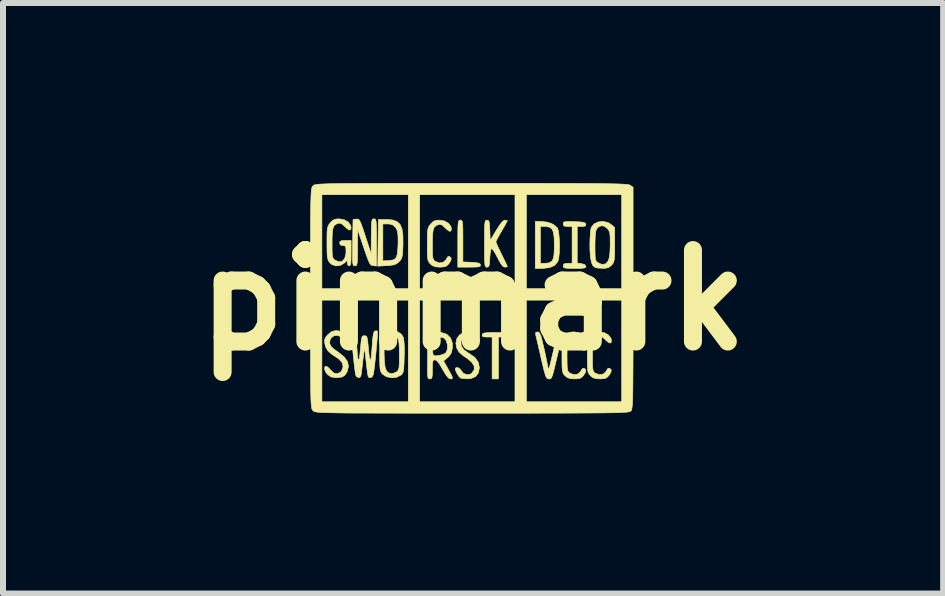
<source format=kicad_pcb>
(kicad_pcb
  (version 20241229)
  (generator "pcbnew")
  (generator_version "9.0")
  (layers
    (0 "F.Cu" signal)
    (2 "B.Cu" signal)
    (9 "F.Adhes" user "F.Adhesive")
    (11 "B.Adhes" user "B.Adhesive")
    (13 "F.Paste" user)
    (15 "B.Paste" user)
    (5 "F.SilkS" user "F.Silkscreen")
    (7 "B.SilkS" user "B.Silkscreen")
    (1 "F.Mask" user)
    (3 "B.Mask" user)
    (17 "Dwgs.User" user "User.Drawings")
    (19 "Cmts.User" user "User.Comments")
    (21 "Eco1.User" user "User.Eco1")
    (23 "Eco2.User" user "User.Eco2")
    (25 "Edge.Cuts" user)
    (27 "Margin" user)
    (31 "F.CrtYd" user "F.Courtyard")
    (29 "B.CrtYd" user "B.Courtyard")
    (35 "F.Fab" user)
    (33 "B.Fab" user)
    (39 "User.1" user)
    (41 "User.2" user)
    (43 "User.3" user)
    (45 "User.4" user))
  (footprint "pinmark"
    (layer "F.Cu")
    (at 4.833 1.952)
    (property "Reference" "pinmark" (at 0 0 0) (layer "F.SilkS") (effects (font (size 1.524 1.524) (thickness 0.3))))
    (attr through_hole)
    (fp_poly (pts (xy 0.468 0.541) (xy 0.531 0.544) (xy 0.567 0.551) (xy 0.584 0.564) (xy 0.589 0.577) (xy 0.586 0.601) (xy 0.558 0.612) (xy 0.51 0.614) (xy 0.423 0.614) (xy 0.423 1.312) (xy 0.318 1.312) (xy 0.318 0.614) (xy 0.231 0.614) (xy 0.176 0.611) (xy 0.153 0.598) (xy 0.152 0.577) (xy 0.16 0.56) (xy 0.182 0.549) (xy 0.225 0.543) (xy 0.297 0.54) (xy 0.37 0.54) (xy 0.468 0.541)) (stroke (width 0.01) (type solid)) (fill yes) (layer "F.SilkS"))
    (fp_poly (pts (xy -0.196 -1.332) (xy -0.185 -1.322) (xy -0.177 -1.298) (xy -0.173 -1.254) (xy -0.17 -1.185) (xy -0.169 -1.084) (xy -0.169 -0.985) (xy -0.169 -0.637) (xy -0.027 -0.631) (xy 0.052 -0.625) (xy 0.098 -0.616) (xy 0.119 -0.6) (xy 0.123 -0.587) (xy 0.122 -0.57) (xy 0.107 -0.559) (xy 0.068 -0.553) (xy 0.000488 -0.551) (xy -0.062 -0.55) (xy -0.254 -0.55) (xy -0.254 -0.942) (xy -0.254 -1.079) (xy -0.253 -1.18) (xy -0.25 -1.25) (xy -0.246 -1.295) (xy -0.239 -1.32) (xy -0.229 -1.331) (xy -0.215 -1.333) (xy -0.212 -1.333) (xy -0.196 -1.332)) (stroke (width 0.01) (type solid)) (fill yes) (layer "F.SilkS"))
    (fp_poly (pts (xy 1.688 -1.308) (xy 1.779 -1.304) (xy 1.835 -1.297) (xy 1.866 -1.286) (xy 1.879 -1.27) (xy 1.88 -1.265) (xy 1.876 -1.239) (xy 1.846 -1.229) (xy 1.811 -1.228) (xy 1.736 -1.228) (xy 1.736 -0.617) (xy 1.804 -0.61) (xy 1.861 -0.593) (xy 1.88 -0.566) (xy 1.879 -0.549) (xy 1.863 -0.538) (xy 1.825 -0.532) (xy 1.757 -0.529) (xy 1.695 -0.529) (xy 1.604 -0.53) (xy 1.547 -0.533) (xy 1.517 -0.541) (xy 1.505 -0.554) (xy 1.503 -0.572) (xy 1.511 -0.601) (xy 1.543 -0.612) (xy 1.577 -0.614) (xy 1.651 -0.614) (xy 1.651 -1.228) (xy 1.577 -1.228) (xy 1.526 -1.232) (xy 1.505 -1.251) (xy 1.503 -1.271) (xy 1.506 -1.291) (xy 1.519 -1.304) (xy 1.552 -1.309) (xy 1.613 -1.31) (xy 1.688 -1.308)) (stroke (width 0.01) (type solid)) (fill yes) (layer "F.SilkS"))
    (fp_poly (pts (xy 1.244 -1.299) (xy 1.337 -1.263) (xy 1.402 -1.208) (xy 1.405 -1.204) (xy 1.421 -1.159) (xy 1.432 -1.083) (xy 1.439 -0.989) (xy 1.441 -0.886) (xy 1.437 -0.787) (xy 1.429 -0.704) (xy 1.415 -0.647) (xy 1.414 -0.645) (xy 1.362 -0.581) (xy 1.277 -0.542) (xy 1.157 -0.529) (xy 1.155 -0.529) (xy 1.037 -0.529) (xy 1.037 -1.228) (xy 1.122 -1.228) (xy 1.122 -0.614) (xy 1.205 -0.614) (xy 1.272 -0.622) (xy 1.314 -0.651) (xy 1.322 -0.661) (xy 1.338 -0.698) (xy 1.349 -0.756) (xy 1.354 -0.844) (xy 1.355 -0.925) (xy 1.351 -1.046) (xy 1.339 -1.131) (xy 1.316 -1.185) (xy 1.277 -1.215) (xy 1.221 -1.227) (xy 1.196 -1.228) (xy 1.122 -1.228) (xy 1.037 -1.228) (xy 1.037 -1.312) (xy 1.133 -1.312) (xy 1.244 -1.299)) (stroke (width 0.01) (type solid)) (fill yes) (layer "F.SilkS"))
    (fp_poly (pts (xy -1.446 -1.344) (xy -1.346 -1.337) (xy -1.271 -1.312) (xy -1.218 -1.265) (xy -1.185 -1.193) (xy -1.169 -1.089) (xy -1.167 -0.95) (xy -1.168 -0.905) (xy -1.173 -0.808) (xy -1.179 -0.743) (xy -1.19 -0.7) (xy -1.208 -0.668) (xy -1.233 -0.641) (xy -1.271 -0.609) (xy -1.314 -0.59) (xy -1.375 -0.58) (xy -1.44 -0.575) (xy -1.588 -0.567) (xy -1.583 -0.955) (xy -1.578 -1.27) (xy -1.503 -1.27) (xy -1.503 -0.654) (xy -1.403 -0.66) (xy -1.337 -0.669) (xy -1.299 -0.688) (xy -1.276 -0.72) (xy -1.263 -0.768) (xy -1.254 -0.847) (xy -1.249 -0.945) (xy -1.249 -0.966) (xy -1.25 -1.062) (xy -1.256 -1.128) (xy -1.268 -1.172) (xy -1.287 -1.207) (xy -1.293 -1.214) (xy -1.337 -1.254) (xy -1.394 -1.269) (xy -1.42 -1.27) (xy -1.503 -1.27) (xy -1.578 -1.27) (xy -1.577 -1.344) (xy -1.446 -1.344)) (stroke (width 0.01) (type solid)) (fill yes) (layer "F.SilkS"))
    (fp_poly (pts (xy -0.006 0.544) (xy 0.058 0.584) (xy 0.098 0.638) (xy 0.106 0.676) (xy 0.093 0.712) (xy 0.063 0.717) (xy 0.03 0.692) (xy 0.021 0.678) (xy -0.024 0.626) (xy -0.081 0.605) (xy -0.138 0.614) (xy -0.183 0.651) (xy -0.199 0.689) (xy -0.197 0.76) (xy -0.154 0.826) (xy -0.073 0.884) (xy -0.065 0.888) (xy 0.031 0.955) (xy 0.088 1.036) (xy 0.106 1.126) (xy 0.089 1.214) (xy 0.04 1.275) (xy -0.038 1.307) (xy -0.089 1.311) (xy -0.152 1.307) (xy -0.198 1.301) (xy -0.207 1.298) (xy -0.235 1.272) (xy -0.266 1.224) (xy -0.29 1.173) (xy -0.296 1.144) (xy -0.283 1.123) (xy -0.251 1.125) (xy -0.218 1.145) (xy -0.201 1.169) (xy -0.16 1.219) (xy -0.103 1.242) (xy -0.045 1.233) (xy -0.022 1.218) (xy 0.019 1.159) (xy 0.018 1.097) (xy -0.025 1.031) (xy -0.11 0.961) (xy -0.156 0.932) (xy -0.231 0.869) (xy -0.274 0.794) (xy -0.286 0.716) (xy -0.27 0.642) (xy -0.227 0.581) (xy -0.158 0.541) (xy -0.081 0.529) (xy -0.006 0.544)) (stroke (width 0.01) (type solid)) (fill yes) (layer "F.SilkS"))
    (fp_poly (pts (xy -1.636 -1.353) (xy -1.625 -1.344) (xy -1.618 -1.322) (xy -1.613 -1.281) (xy -1.61 -1.216) (xy -1.609 -1.121) (xy -1.609 -0.991) (xy -1.609 -0.962) (xy -1.609 -0.569) (xy -1.665 -0.575) (xy -1.688 -0.581) (xy -1.708 -0.594) (xy -1.727 -0.623) (xy -1.749 -0.672) (xy -1.778 -0.749) (xy -1.815 -0.858) (xy -1.822 -0.878) (xy -1.923 -1.175) (xy -1.925 -0.873) (xy -1.925 -0.755) (xy -1.927 -0.672) (xy -1.931 -0.619) (xy -1.938 -0.589) (xy -1.949 -0.575) (xy -1.964 -0.572) (xy -1.969 -0.572) (xy -1.984 -0.573) (xy -1.995 -0.582) (xy -2.002 -0.603) (xy -2.007 -0.642) (xy -2.008 -0.706) (xy -2.008 -0.8) (xy -2.006 -0.929) (xy -2.006 -0.958) (xy -2 -1.344) (xy -1.945 -1.351) (xy -1.923 -1.351) (xy -1.904 -1.344) (xy -1.887 -1.322) (xy -1.868 -1.28) (xy -1.843 -1.212) (xy -1.809 -1.112) (xy -1.794 -1.065) (xy -1.698 -0.773) (xy -1.696 -1.064) (xy -1.694 -1.18) (xy -1.692 -1.26) (xy -1.688 -1.311) (xy -1.68 -1.34) (xy -1.669 -1.352) (xy -1.653 -1.355) (xy -1.651 -1.355) (xy -1.636 -1.353)) (stroke (width 0.01) (type solid)) (fill yes) (layer "F.SilkS"))
    (fp_poly (pts (xy -0.476 -1.319) (xy -0.409 -1.281) (xy -0.368 -1.226) (xy -0.36 -1.186) (xy -0.37 -1.15) (xy -0.399 -1.15) (xy -0.448 -1.188) (xy -0.467 -1.208) (xy -0.515 -1.251) (xy -0.555 -1.263) (xy -0.576 -1.259) (xy -0.617 -1.242) (xy -0.645 -1.216) (xy -0.663 -1.173) (xy -0.673 -1.106) (xy -0.677 -1.008) (xy -0.677 -0.928) (xy -0.677 -0.821) (xy -0.675 -0.749) (xy -0.669 -0.703) (xy -0.659 -0.675) (xy -0.643 -0.656) (xy -0.625 -0.644) (xy -0.559 -0.62) (xy -0.498 -0.631) (xy -0.452 -0.672) (xy -0.444 -0.688) (xy -0.418 -0.726) (xy -0.392 -0.728) (xy -0.363 -0.701) (xy -0.371 -0.657) (xy -0.404 -0.606) (xy -0.439 -0.571) (xy -0.481 -0.555) (xy -0.549 -0.55) (xy -0.553 -0.55) (xy -0.627 -0.556) (xy -0.678 -0.576) (xy -0.71 -0.602) (xy -0.731 -0.626) (xy -0.746 -0.651) (xy -0.755 -0.687) (xy -0.76 -0.74) (xy -0.762 -0.821) (xy -0.762 -0.929) (xy -0.762 -1.042) (xy -0.759 -1.121) (xy -0.754 -1.175) (xy -0.745 -1.212) (xy -0.729 -1.24) (xy -0.707 -1.268) (xy -0.663 -1.311) (xy -0.616 -1.33) (xy -0.558 -1.333) (xy -0.476 -1.319)) (stroke (width 0.01) (type solid)) (fill yes) (layer "F.SilkS"))
    (fp_poly (pts (xy 1.095 0.534) (xy 1.112 0.553) (xy 1.129 0.592) (xy 1.148 0.66) (xy 1.172 0.762) (xy 1.174 0.767) (xy 1.198 0.873) (xy 1.219 0.973) (xy 1.236 1.055) (xy 1.244 1.098) (xy 1.251 1.131) (xy 1.257 1.146) (xy 1.265 1.138) (xy 1.277 1.104) (xy 1.293 1.04) (xy 1.316 0.941) (xy 1.334 0.866) (xy 1.364 0.737) (xy 1.388 0.645) (xy 1.408 0.584) (xy 1.425 0.549) (xy 1.441 0.534) (xy 1.445 0.533) (xy 1.464 0.532) (xy 1.475 0.542) (xy 1.479 0.567) (xy 1.474 0.614) (xy 1.459 0.688) (xy 1.436 0.794) (xy 1.417 0.876) (xy 1.383 1.02) (xy 1.357 1.129) (xy 1.338 1.207) (xy 1.322 1.258) (xy 1.309 1.29) (xy 1.297 1.306) (xy 1.283 1.312) (xy 1.266 1.312) (xy 1.262 1.312) (xy 1.244 1.31) (xy 1.228 1.298) (xy 1.214 1.272) (xy 1.198 1.225) (xy 1.178 1.152) (xy 1.153 1.047) (xy 1.135 0.968) (xy 1.108 0.85) (xy 1.083 0.743) (xy 1.063 0.656) (xy 1.049 0.597) (xy 1.044 0.577) (xy 1.043 0.54) (xy 1.07 0.529) (xy 1.076 0.529) (xy 1.095 0.534)) (stroke (width 0.01) (type solid)) (fill yes) (layer "F.SilkS"))
    (fp_poly (pts (xy 1.768 0.544) (xy 1.835 0.582) (xy 1.876 0.636) (xy 1.884 0.676) (xy 1.874 0.713) (xy 1.845 0.712) (xy 1.796 0.675) (xy 1.776 0.655) (xy 1.729 0.612) (xy 1.689 0.6) (xy 1.667 0.604) (xy 1.627 0.62) (xy 1.599 0.647) (xy 1.581 0.69) (xy 1.571 0.757) (xy 1.567 0.855) (xy 1.566 0.935) (xy 1.567 1.041) (xy 1.569 1.113) (xy 1.574 1.16) (xy 1.585 1.188) (xy 1.601 1.206) (xy 1.619 1.219) (xy 1.684 1.242) (xy 1.746 1.232) (xy 1.791 1.191) (xy 1.799 1.175) (xy 1.826 1.136) (xy 1.851 1.135) (xy 1.88 1.161) (xy 1.873 1.206) (xy 1.84 1.257) (xy 1.805 1.292) (xy 1.762 1.308) (xy 1.695 1.312) (xy 1.691 1.312) (xy 1.616 1.307) (xy 1.566 1.287) (xy 1.534 1.26) (xy 1.512 1.237) (xy 1.498 1.212) (xy 1.489 1.176) (xy 1.484 1.122) (xy 1.482 1.042) (xy 1.482 0.934) (xy 1.482 0.821) (xy 1.484 0.742) (xy 1.489 0.688) (xy 1.499 0.651) (xy 1.514 0.622) (xy 1.536 0.594) (xy 1.58 0.551) (xy 1.628 0.533) (xy 1.686 0.529) (xy 1.768 0.544)) (stroke (width 0.01) (type solid)) (fill yes) (layer "F.SilkS"))
    (fp_poly (pts (xy 2.191 0.544) (xy 2.258 0.582) (xy 2.299 0.636) (xy 2.307 0.676) (xy 2.297 0.713) (xy 2.268 0.712) (xy 2.219 0.675) (xy 2.2 0.655) (xy 2.152 0.612) (xy 2.112 0.6) (xy 2.091 0.604) (xy 2.05 0.62) (xy 2.022 0.647) (xy 2.004 0.69) (xy 1.994 0.757) (xy 1.99 0.855) (xy 1.99 0.935) (xy 1.99 1.041) (xy 1.992 1.113) (xy 1.998 1.16) (xy 2.008 1.188) (xy 2.024 1.206) (xy 2.042 1.219) (xy 2.108 1.242) (xy 2.169 1.232) (xy 2.215 1.191) (xy 2.223 1.175) (xy 2.249 1.136) (xy 2.275 1.135) (xy 2.304 1.161) (xy 2.296 1.206) (xy 2.263 1.257) (xy 2.228 1.292) (xy 2.186 1.308) (xy 2.118 1.312) (xy 2.114 1.312) (xy 2.04 1.307) (xy 1.989 1.287) (xy 1.957 1.26) (xy 1.936 1.237) (xy 1.921 1.212) (xy 1.912 1.176) (xy 1.907 1.122) (xy 1.905 1.042) (xy 1.905 0.934) (xy 1.905 0.821) (xy 1.908 0.742) (xy 1.913 0.688) (xy 1.922 0.651) (xy 1.938 0.622) (xy 1.96 0.594) (xy 2.004 0.551) (xy 2.051 0.533) (xy 2.109 0.529) (xy 2.191 0.544)) (stroke (width 0.01) (type solid)) (fill yes) (layer "F.SilkS"))
    (fp_poly (pts (xy -2.187 0.523) (xy -2.123 0.562) (xy -2.082 0.616) (xy -2.074 0.655) (xy -2.088 0.69) (xy -2.119 0.697) (xy -2.154 0.677) (xy -2.17 0.653) (xy -2.211 0.605) (xy -2.266 0.586) (xy -2.323 0.596) (xy -2.368 0.634) (xy -2.384 0.669) (xy -2.389 0.718) (xy -2.374 0.76) (xy -2.333 0.804) (xy -2.26 0.858) (xy -2.245 0.868) (xy -2.148 0.946) (xy -2.092 1.023) (xy -2.076 1.103) (xy -2.097 1.188) (xy -2.105 1.205) (xy -2.139 1.254) (xy -2.183 1.28) (xy -2.252 1.29) (xy -2.289 1.291) (xy -2.366 1.279) (xy -2.425 1.239) (xy -2.459 1.192) (xy -2.475 1.145) (xy -2.47 1.111) (xy -2.449 1.101) (xy -2.419 1.116) (xy -2.381 1.155) (xy -2.374 1.164) (xy -2.319 1.215) (xy -2.261 1.226) (xy -2.208 1.199) (xy -2.188 1.173) (xy -2.165 1.106) (xy -2.183 1.039) (xy -2.238 0.979) (xy -2.262 0.963) (xy -2.358 0.899) (xy -2.421 0.841) (xy -2.456 0.781) (xy -2.47 0.726) (xy -2.474 0.664) (xy -2.459 0.621) (xy -2.419 0.574) (xy -2.417 0.573) (xy -2.361 0.527) (xy -2.3 0.509) (xy -2.265 0.508) (xy -2.187 0.523)) (stroke (width 0.01) (type solid)) (fill yes) (layer "F.SilkS"))
    (fp_poly (pts (xy -1.26 0.525) (xy -1.195 0.567) (xy -1.164 0.615) (xy -1.153 0.668) (xy -1.146 0.758) (xy -1.145 0.881) (xy -1.147 0.942) (xy -1.15 1.054) (xy -1.154 1.131) (xy -1.161 1.182) (xy -1.171 1.214) (xy -1.187 1.236) (xy -1.204 1.251) (xy -1.275 1.285) (xy -1.36 1.293) (xy -1.442 1.276) (xy -1.504 1.237) (xy -1.525 1.212) (xy -1.539 1.186) (xy -1.548 1.15) (xy -1.553 1.097) (xy -1.555 1.017) (xy -1.556 0.903) (xy -1.556 0.896) (xy -1.556 0.889) (xy -1.482 0.889) (xy -1.478 1.016) (xy -1.467 1.107) (xy -1.447 1.169) (xy -1.416 1.207) (xy -1.41 1.211) (xy -1.352 1.226) (xy -1.284 1.201) (xy -1.275 1.195) (xy -1.255 1.178) (xy -1.241 1.155) (xy -1.233 1.119) (xy -1.229 1.062) (xy -1.228 0.974) (xy -1.228 0.913) (xy -1.229 0.792) (xy -1.235 0.707) (xy -1.248 0.65) (xy -1.27 0.614) (xy -1.302 0.592) (xy -1.328 0.583) (xy -1.375 0.583) (xy -1.424 0.618) (xy -1.428 0.622) (xy -1.453 0.649) (xy -1.468 0.679) (xy -1.477 0.72) (xy -1.481 0.783) (xy -1.482 0.878) (xy -1.482 0.889) (xy -1.556 0.889) (xy -1.556 0.61) (xy -1.496 0.559) (xy -1.423 0.519) (xy -1.34 0.508) (xy -1.26 0.525)) (stroke (width 0.01) (type solid)) (fill yes) (layer "F.SilkS"))
    (fp_poly (pts (xy 2.252 -1.292) (xy 2.301 -1.261) (xy 2.36 -1.21) (xy 2.36 -0.924) (xy 2.36 -0.809) (xy 2.358 -0.727) (xy 2.353 -0.672) (xy 2.344 -0.636) (xy 2.33 -0.609) (xy 2.31 -0.585) (xy 2.309 -0.584) (xy 2.264 -0.547) (xy 2.211 -0.532) (xy 2.161 -0.531) (xy 2.096 -0.534) (xy 2.048 -0.54) (xy 2.037 -0.543) (xy 1.999 -0.573) (xy 1.973 -0.63) (xy 1.956 -0.719) (xy 1.948 -0.843) (xy 1.947 -0.907) (xy 2.032 -0.907) (xy 2.033 -0.801) (xy 2.035 -0.728) (xy 2.041 -0.682) (xy 2.051 -0.653) (xy 2.068 -0.634) (xy 2.079 -0.626) (xy 2.147 -0.595) (xy 2.207 -0.604) (xy 2.214 -0.609) (xy 2.247 -0.644) (xy 2.269 -0.701) (xy 2.281 -0.787) (xy 2.286 -0.908) (xy 2.286 -0.931) (xy 2.285 -1.029) (xy 2.282 -1.095) (xy 2.274 -1.138) (xy 2.259 -1.168) (xy 2.236 -1.195) (xy 2.233 -1.198) (xy 2.183 -1.235) (xy 2.136 -1.239) (xy 2.132 -1.237) (xy 2.092 -1.221) (xy 2.064 -1.194) (xy 2.046 -1.151) (xy 2.037 -1.083) (xy 2.033 -0.984) (xy 2.032 -0.907) (xy 1.947 -0.907) (xy 1.947 -0.919) (xy 1.949 -1.021) (xy 1.955 -1.112) (xy 1.963 -1.181) (xy 1.971 -1.214) (xy 2.018 -1.271) (xy 2.089 -1.304) (xy 2.171 -1.312) (xy 2.252 -1.292)) (stroke (width 0.01) (type solid)) (fill yes) (layer "F.SilkS"))
    (fp_poly (pts (xy -0.532 0.537) (xy -0.437 0.569) (xy -0.375 0.629) (xy -0.345 0.715) (xy -0.345 0.802) (xy -0.361 0.877) (xy -0.397 0.931) (xy -0.423 0.956) (xy -0.491 1.012) (xy -0.415 1.148) (xy -0.372 1.226) (xy -0.349 1.275) (xy -0.343 1.3) (xy -0.354 1.311) (xy -0.379 1.312) (xy -0.41 1.297) (xy -0.449 1.25) (xy -0.499 1.167) (xy -0.507 1.154) (xy -0.557 1.067) (xy -0.597 1.016) (xy -0.628 0.996) (xy -0.636 0.995) (xy -0.657 0.999) (xy -0.669 1.016) (xy -0.675 1.056) (xy -0.677 1.127) (xy -0.677 1.154) (xy -0.678 1.235) (xy -0.683 1.282) (xy -0.693 1.305) (xy -0.712 1.312) (xy -0.72 1.312) (xy -0.735 1.311) (xy -0.746 1.302) (xy -0.754 1.281) (xy -0.758 1.241) (xy -0.76 1.178) (xy -0.759 1.084) (xy -0.758 0.955) (xy -0.757 0.926) (xy -0.753 0.614) (xy -0.677 0.614) (xy -0.677 0.758) (xy -0.675 0.834) (xy -0.669 0.891) (xy -0.661 0.919) (xy -0.661 0.919) (xy -0.628 0.928) (xy -0.572 0.923) (xy -0.512 0.908) (xy -0.464 0.886) (xy -0.45 0.874) (xy -0.427 0.814) (xy -0.427 0.74) (xy -0.45 0.671) (xy -0.456 0.661) (xy -0.49 0.629) (xy -0.541 0.615) (xy -0.583 0.614) (xy -0.677 0.614) (xy -0.753 0.614) (xy -0.751 0.54) (xy -0.656 0.533) (xy -0.532 0.537)) (stroke (width 0.01) (type solid)) (fill yes) (layer "F.SilkS"))
    (fp_poly (pts (xy 0.564 -1.329) (xy 0.572 -1.324) (xy 0.561 -1.302) (xy 0.535 -1.253) (xy 0.496 -1.186) (xy 0.476 -1.152) (xy 0.434 -1.078) (xy 0.401 -1.017) (xy 0.383 -0.979) (xy 0.381 -0.971) (xy 0.39 -0.945) (xy 0.414 -0.89) (xy 0.45 -0.816) (xy 0.476 -0.762) (xy 0.516 -0.681) (xy 0.548 -0.615) (xy 0.568 -0.572) (xy 0.572 -0.561) (xy 0.554 -0.552) (xy 0.529 -0.55) (xy 0.501 -0.561) (xy 0.469 -0.598) (xy 0.429 -0.667) (xy 0.408 -0.709) (xy 0.37 -0.781) (xy 0.336 -0.834) (xy 0.312 -0.86) (xy 0.307 -0.861) (xy 0.296 -0.838) (xy 0.286 -0.784) (xy 0.28 -0.71) (xy 0.28 -0.702) (xy 0.275 -0.623) (xy 0.268 -0.577) (xy 0.255 -0.556) (xy 0.234 -0.55) (xy 0.232 -0.55) (xy 0.217 -0.552) (xy 0.207 -0.562) (xy 0.199 -0.585) (xy 0.195 -0.627) (xy 0.192 -0.694) (xy 0.191 -0.791) (xy 0.191 -0.924) (xy 0.191 -0.942) (xy 0.191 -1.08) (xy 0.192 -1.18) (xy 0.194 -1.25) (xy 0.199 -1.295) (xy 0.206 -1.32) (xy 0.216 -1.331) (xy 0.23 -1.333) (xy 0.232 -1.333) (xy 0.253 -1.329) (xy 0.266 -1.311) (xy 0.274 -1.271) (xy 0.278 -1.2) (xy 0.28 -1.164) (xy 0.286 -0.994) (xy 0.387 -1.164) (xy 0.446 -1.255) (xy 0.49 -1.31) (xy 0.523 -1.333) (xy 0.53 -1.333) (xy 0.564 -1.329)) (stroke (width 0.01) (type solid)) (fill yes) (layer "F.SilkS"))
    (fp_poly (pts (xy -2.148 -1.34) (xy -2.081 -1.302) (xy -2.04 -1.247) (xy -2.032 -1.207) (xy -2.042 -1.171) (xy -2.071 -1.171) (xy -2.12 -1.209) (xy -2.139 -1.229) (xy -2.187 -1.272) (xy -2.227 -1.284) (xy -2.248 -1.28) (xy -2.289 -1.263) (xy -2.317 -1.237) (xy -2.335 -1.194) (xy -2.345 -1.127) (xy -2.349 -1.028) (xy -2.349 -0.95) (xy -2.349 -0.843) (xy -2.347 -0.77) (xy -2.341 -0.724) (xy -2.33 -0.695) (xy -2.314 -0.677) (xy -2.302 -0.668) (xy -2.236 -0.638) (xy -2.18 -0.648) (xy -2.14 -0.692) (xy -2.119 -0.77) (xy -2.117 -0.811) (xy -2.119 -0.871) (xy -2.129 -0.901) (xy -2.153 -0.91) (xy -2.17 -0.91) (xy -2.211 -0.92) (xy -2.223 -0.953) (xy -2.216 -0.979) (xy -2.19 -0.991) (xy -2.134 -0.995) (xy -2.127 -0.995) (xy -2.032 -0.995) (xy -2.032 -0.783) (xy -2.033 -0.684) (xy -2.037 -0.621) (xy -2.045 -0.586) (xy -2.057 -0.573) (xy -2.064 -0.572) (xy -2.09 -0.589) (xy -2.095 -0.618) (xy -2.095 -0.664) (xy -2.144 -0.618) (xy -2.213 -0.578) (xy -2.288 -0.571) (xy -2.358 -0.597) (xy -2.39 -0.627) (xy -2.409 -0.655) (xy -2.421 -0.688) (xy -2.429 -0.734) (xy -2.433 -0.803) (xy -2.434 -0.902) (xy -2.434 -0.954) (xy -2.434 -1.066) (xy -2.432 -1.144) (xy -2.426 -1.197) (xy -2.416 -1.234) (xy -2.4 -1.263) (xy -2.379 -1.29) (xy -2.335 -1.332) (xy -2.288 -1.351) (xy -2.23 -1.355) (xy -2.148 -1.34)) (stroke (width 0.01) (type solid)) (fill yes) (layer "F.SilkS"))
    (fp_poly (pts (xy -1.982 0.514) (xy -1.968 0.531) (xy -1.957 0.573) (xy -1.947 0.646) (xy -1.939 0.754) (xy -1.936 0.787) (xy -1.928 0.9) (xy -1.919 0.971) (xy -1.91 1) (xy -1.899 0.986) (xy -1.889 0.93) (xy -1.878 0.832) (xy -1.873 0.777) (xy -1.865 0.688) (xy -1.857 0.634) (xy -1.846 0.605) (xy -1.829 0.594) (xy -1.81 0.593) (xy -1.786 0.596) (xy -1.771 0.61) (xy -1.761 0.643) (xy -1.753 0.704) (xy -1.746 0.777) (xy -1.735 0.893) (xy -1.725 0.967) (xy -1.714 0.999) (xy -1.705 0.989) (xy -1.695 0.936) (xy -1.687 0.841) (xy -1.683 0.787) (xy -1.675 0.669) (xy -1.665 0.588) (xy -1.654 0.539) (xy -1.641 0.517) (xy -1.637 0.514) (xy -1.603 0.511) (xy -1.594 0.516) (xy -1.592 0.54) (xy -1.594 0.597) (xy -1.6 0.679) (xy -1.609 0.779) (xy -1.619 0.887) (xy -1.63 0.995) (xy -1.641 1.095) (xy -1.652 1.178) (xy -1.661 1.236) (xy -1.663 1.244) (xy -1.687 1.283) (xy -1.712 1.291) (xy -1.727 1.291) (xy -1.738 1.286) (xy -1.747 1.27) (xy -1.755 1.238) (xy -1.763 1.184) (xy -1.773 1.102) (xy -1.786 0.985) (xy -1.792 0.931) (xy -1.807 0.794) (xy -1.823 0.9) (xy -1.833 0.98) (xy -1.844 1.077) (xy -1.852 1.148) (xy -1.861 1.225) (xy -1.872 1.269) (xy -1.888 1.288) (xy -1.906 1.291) (xy -1.944 1.272) (xy -1.957 1.244) (xy -1.965 1.193) (xy -1.975 1.115) (xy -1.986 1.019) (xy -1.997 0.912) (xy -2.008 0.803) (xy -2.016 0.701) (xy -2.023 0.614) (xy -2.026 0.55) (xy -2.026 0.517) (xy -2.025 0.515) (xy -1.997 0.511) (xy -1.982 0.514)) (stroke (width 0.01) (type solid)) (fill yes) (layer "F.SilkS"))
    (fp_poly (pts (xy 0.363 -1.947) (xy 0.712 -1.947) (xy 1.023 -1.947) (xy 1.298 -1.946) (xy 1.539 -1.946) (xy 1.75 -1.945) (xy 1.931 -1.944) (xy 2.085 -1.943) (xy 2.214 -1.941) (xy 2.321 -1.939) (xy 2.407 -1.937) (xy 2.475 -1.934) (xy 2.528 -1.931) (xy 2.566 -1.928) (xy 2.593 -1.924) (xy 2.61 -1.919) (xy 2.62 -1.914) (xy 2.667 -1.881) (xy 2.667 -0.034) (xy 2.667 0.289) (xy 2.667 0.571) (xy 2.667 0.817) (xy 2.666 1.028) (xy 2.665 1.208) (xy 2.664 1.358) (xy 2.663 1.483) (xy 2.661 1.583) (xy 2.659 1.663) (xy 2.656 1.724) (xy 2.652 1.769) (xy 2.648 1.801) (xy 2.643 1.823) (xy 2.638 1.837) (xy 2.631 1.846) (xy 2.628 1.849) (xy 2.62 1.854) (xy 2.606 1.859) (xy 2.585 1.863) (xy 2.553 1.867) (xy 2.509 1.87) (xy 2.45 1.873) (xy 2.375 1.875) (xy 2.28 1.877) (xy 2.165 1.879) (xy 2.026 1.88) (xy 1.862 1.881) (xy 1.67 1.882) (xy 1.448 1.883) (xy 1.193 1.883) (xy 0.905 1.884) (xy 0.579 1.884) (xy 0.215 1.884) (xy -0.018 1.884) (xy -0.404 1.884) (xy -0.75 1.884) (xy -1.058 1.884) (xy -1.331 1.883) (xy -1.57 1.883) (xy -1.778 1.882) (xy -1.957 1.882) (xy -2.109 1.881) (xy -2.237 1.879) (xy -2.343 1.877) (xy -2.429 1.875) (xy -2.497 1.873) (xy -2.55 1.87) (xy -2.59 1.867) (xy -2.618 1.863) (xy -2.638 1.858) (xy -2.651 1.853) (xy -2.66 1.848) (xy -2.667 1.842) (xy -2.667 1.841) (xy -2.674 1.833) (xy -2.681 1.823) (xy -2.687 1.807) (xy -2.691 1.784) (xy -2.695 1.75) (xy -2.699 1.703) (xy -2.702 1.64) (xy -2.704 1.559) (xy -2.706 1.456) (xy -2.707 1.33) (xy -2.708 1.177) (xy -2.709 0.994) (xy -2.709 0.78) (xy -2.709 0.531) (xy -2.709 0.245) (xy -2.709 0) (xy -2.519 0) (xy -2.519 1.693) (xy -1.079 1.693) (xy -1.079 0) (xy -0.889 0) (xy -0.889 1.693) (xy 0.699 1.693) (xy 0.699 0) (xy 0.889 0) (xy 0.889 1.693) (xy 2.477 1.693) (xy 2.477 0) (xy 0.889 0) (xy 0.699 0) (xy -0.889 0) (xy -1.079 0) (xy -2.519 0) (xy -2.709 0) (xy -2.709 -0.032) (xy -2.709 -0.352) (xy -2.709 -0.633) (xy -2.709 -0.877) (xy -2.709 -1.086) (xy -2.708 -1.264) (xy -2.707 -1.413) (xy -2.705 -1.536) (xy -2.704 -1.635) (xy -2.701 -1.714) (xy -2.699 -1.757) (xy -2.519 -1.757) (xy -2.519 -0.191) (xy -1.079 -0.191) (xy -1.079 -1.757) (xy -0.889 -1.757) (xy -0.889 -0.191) (xy 0.699 -0.191) (xy 0.699 -1.757) (xy 0.889 -1.757) (xy 0.889 -0.191) (xy 2.477 -0.191) (xy 2.477 -1.757) (xy 0.889 -1.757) (xy 0.699 -1.757) (xy -0.889 -1.757) (xy -1.079 -1.757) (xy -2.519 -1.757) (xy -2.699 -1.757) (xy -2.698 -1.774) (xy -2.695 -1.819) (xy -2.691 -1.851) (xy -2.686 -1.873) (xy -2.68 -1.888) (xy -2.673 -1.898) (xy -2.667 -1.905) (xy -2.66 -1.911) (xy -2.651 -1.917) (xy -2.638 -1.922) (xy -2.618 -1.926) (xy -2.59 -1.93) (xy -2.551 -1.934) (xy -2.498 -1.936) (xy -2.43 -1.939) (xy -2.344 -1.941) (xy -2.238 -1.943) (xy -2.11 -1.944) (xy -1.958 -1.945) (xy -1.779 -1.946) (xy -1.571 -1.946) (xy -1.331 -1.947) (xy -1.059 -1.947) (xy -0.75 -1.947) (xy -0.404 -1.947) (xy -0.026 -1.947) (xy 0.363 -1.947)) (stroke (width 0.01) (type solid)) (fill yes) (layer "F.SilkS")))
  (gr_rect
    (start -3 -3)
    (end 12.667 6.841)
    (stroke (width 0.1) (type default))
    (fill no)
    (layer "Edge.Cuts")))
</source>
